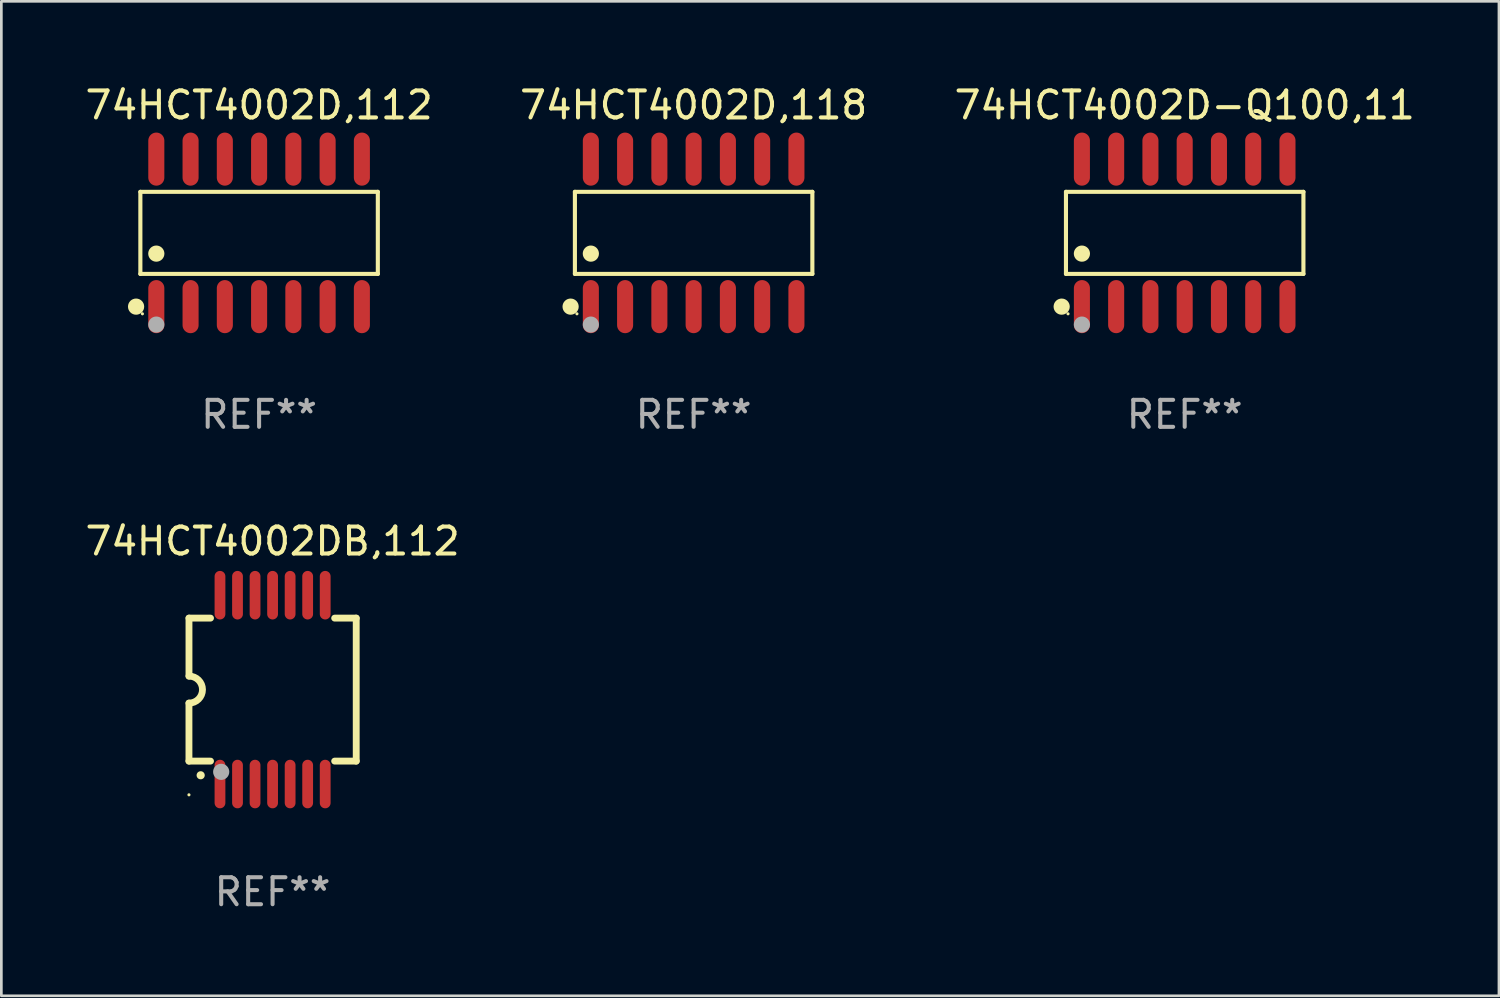
<source format=kicad_pcb>
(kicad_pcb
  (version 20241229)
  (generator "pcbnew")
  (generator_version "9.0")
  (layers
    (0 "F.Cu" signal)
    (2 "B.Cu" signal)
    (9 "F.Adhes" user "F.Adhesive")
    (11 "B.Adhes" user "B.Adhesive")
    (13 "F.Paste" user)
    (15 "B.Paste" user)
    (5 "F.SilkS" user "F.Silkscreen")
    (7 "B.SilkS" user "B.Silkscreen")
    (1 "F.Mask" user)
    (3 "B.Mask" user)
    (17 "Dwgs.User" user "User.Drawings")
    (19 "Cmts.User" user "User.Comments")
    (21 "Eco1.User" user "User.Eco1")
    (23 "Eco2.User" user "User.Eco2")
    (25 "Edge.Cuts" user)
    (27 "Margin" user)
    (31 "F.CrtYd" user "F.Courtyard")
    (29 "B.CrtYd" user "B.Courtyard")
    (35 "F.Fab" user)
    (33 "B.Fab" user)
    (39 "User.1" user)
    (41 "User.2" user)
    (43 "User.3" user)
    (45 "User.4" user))
  (footprint "74HCT4002D,112"
    (layer "F.Cu")
    (at 6.554 5.582)
    (property "Reference" "74HCT4002D,112" (at 0 -4.734 0) (layer "F.SilkS") (effects (font (size 1 1) (thickness 0.15))))
    (attr through_hole)
    (fp_line (start -4.401 -1.521) (end 4.401 -1.521) (stroke (width 0.152) (type solid)) (layer "F.SilkS"))
    (fp_line (start -4.401 1.521) (end -4.401 -1.521) (stroke (width 0.152) (type solid)) (layer "F.SilkS"))
    (fp_line (start 4.401 -1.521) (end 4.401 1.521) (stroke (width 0.152) (type solid)) (layer "F.SilkS"))
    (fp_line (start 4.401 1.521) (end -4.401 1.521) (stroke (width 0.152) (type solid)) (layer "F.SilkS"))
    (fp_circle (center -4.56 2.734) (end -4.41 2.734) (stroke (width 0.3) (type solid)) (fill no) (layer "F.SilkS"))
    (fp_circle (center -4.325 3) (end -4.295 3) (stroke (width 0.06) (type solid)) (fill no) (layer "F.SilkS"))
    (fp_circle (center -3.81 0.769) (end -3.66 0.769) (stroke (width 0.3) (type solid)) (fill no) (layer "F.SilkS"))
    (fp_circle (center -3.81 3.4) (end -3.66 3.4) (stroke (width 0.3) (type solid)) (fill no) (layer "F.Fab"))
    (fp_text user "REF**" (at 0 6.734 0) (layer "F.Fab") (effects (font (size 1 1) (thickness 0.15))))
    (pad "1" smd oval (at -3.81 2.734) (size 0.595 1.968) (layers "F.Cu" "F.Mask" "F.Paste"))
    (pad "2" smd oval (at -2.54 2.734) (size 0.595 1.968) (layers "F.Cu" "F.Mask" "F.Paste"))
    (pad "3" smd oval (at -1.27 2.734) (size 0.595 1.968) (layers "F.Cu" "F.Mask" "F.Paste"))
    (pad "4" smd oval (at 0 2.734) (size 0.595 1.968) (layers "F.Cu" "F.Mask" "F.Paste"))
    (pad "5" smd oval (at 1.27 2.734) (size 0.595 1.968) (layers "F.Cu" "F.Mask" "F.Paste"))
    (pad "6" smd oval (at 2.54 2.734) (size 0.595 1.968) (layers "F.Cu" "F.Mask" "F.Paste"))
    (pad "7" smd oval (at 3.81 2.734) (size 0.595 1.968) (layers "F.Cu" "F.Mask" "F.Paste"))
    (pad "8" smd oval (at 3.81 -2.734) (size 0.595 1.968) (layers "F.Cu" "F.Mask" "F.Paste"))
    (pad "9" smd oval (at 2.54 -2.734) (size 0.595 1.968) (layers "F.Cu" "F.Mask" "F.Paste"))
    (pad "10" smd oval (at 1.27 -2.734) (size 0.595 1.968) (layers "F.Cu" "F.Mask" "F.Paste"))
    (pad "11" smd oval (at 0 -2.734) (size 0.595 1.968) (layers "F.Cu" "F.Mask" "F.Paste"))
    (pad "12" smd oval (at -1.27 -2.734) (size 0.595 1.968) (layers "F.Cu" "F.Mask" "F.Paste"))
    (pad "13" smd oval (at -2.54 -2.734) (size 0.595 1.968) (layers "F.Cu" "F.Mask" "F.Paste"))
    (pad "14" smd oval (at -3.81 -2.734) (size 0.595 1.968) (layers "F.Cu" "F.Mask" "F.Paste")))
  (footprint "74HCT4002DB,112"
    (layer "F.Cu")
    (at 7.054 22.512)
    (property "Reference" "74HCT4002DB,112" (at 0 -5.5 0) (layer "F.SilkS") (effects (font (size 1 1) (thickness 0.15))))
    (attr through_hole)
    (fp_line (start -3.1 2.65) (end -3.1 0.5) (stroke (width 0.254) (type solid)) (layer "F.SilkS"))
    (fp_line (start -3.099 -2.65) (end -2.301 -2.65) (stroke (width 0.254) (type solid)) (layer "F.SilkS"))
    (fp_line (start -3.099 -0.5) (end -3.099 -2.65) (stroke (width 0.254) (type solid)) (layer "F.SilkS"))
    (fp_line (start -2.301 2.65) (end -3.1 2.65) (stroke (width 0.254) (type solid)) (layer "F.SilkS"))
    (fp_line (start 2.301 -2.65) (end 3.1 -2.65) (stroke (width 0.254) (type solid)) (layer "F.SilkS"))
    (fp_line (start 3.1 -2.65) (end 3.1 2.65) (stroke (width 0.254) (type solid)) (layer "F.SilkS"))
    (fp_line (start 3.1 2.65) (end 2.301 2.65) (stroke (width 0.254) (type solid)) (layer "F.SilkS"))
    (fp_arc (start -3.098806 -0.500381) (mid -2.598806 0) (end -3.098806 0.500381) (stroke (width 0.254001) (type solid)) (layer "F.SilkS"))
    (fp_arc (start -2.667005 3.175006) (mid -2.665735 3.175001) (end -2.664465 3.175006) (stroke (width 0.3) (type solid)) (layer "F.SilkS"))
    (fp_circle (center -3.1 3.9) (end -3.07 3.9) (stroke (width 0.06) (type solid)) (fill no) (layer "F.SilkS"))
    (fp_circle (center -1.905 3.048) (end -1.755 3.048) (stroke (width 0.3) (type solid)) (fill no) (layer "F.Fab"))
    (fp_text user "REF**" (at 0 7.5 0) (layer "F.Fab") (effects (font (size 1 1) (thickness 0.15))))
    (pad "1" smd oval (at -1.95 3.5 270) (size 1.8 0.4) (layers "F.Cu" "F.Mask" "F.Paste"))
    (pad "2" smd oval (at -1.3 3.5 270) (size 1.8 0.4) (layers "F.Cu" "F.Mask" "F.Paste"))
    (pad "3" smd oval (at -0.65 3.5 270) (size 1.8 0.4) (layers "F.Cu" "F.Mask" "F.Paste"))
    (pad "4" smd oval (at 0 3.5 270) (size 1.8 0.4) (layers "F.Cu" "F.Mask" "F.Paste"))
    (pad "5" smd oval (at 0.65 3.5 270) (size 1.8 0.4) (layers "F.Cu" "F.Mask" "F.Paste"))
    (pad "6" smd oval (at 1.3 3.5 270) (size 1.8 0.4) (layers "F.Cu" "F.Mask" "F.Paste"))
    (pad "7" smd oval (at 1.95 3.5 270) (size 1.8 0.4) (layers "F.Cu" "F.Mask" "F.Paste"))
    (pad "8" smd oval (at 1.95 -3.5 90) (size 1.8 0.4) (layers "F.Cu" "F.Mask" "F.Paste"))
    (pad "9" smd oval (at 1.3 -3.5 90) (size 1.8 0.4) (layers "F.Cu" "F.Mask" "F.Paste"))
    (pad "10" smd oval (at 0.65 -3.5 90) (size 1.8 0.4) (layers "F.Cu" "F.Mask" "F.Paste"))
    (pad "11" smd oval (at 0 -3.5 90) (size 1.8 0.4) (layers "F.Cu" "F.Mask" "F.Paste"))
    (pad "12" smd oval (at -0.65 -3.5 90) (size 1.8 0.4) (layers "F.Cu" "F.Mask" "F.Paste"))
    (pad "13" smd oval (at -1.3 -3.5 90) (size 1.8 0.4) (layers "F.Cu" "F.Mask" "F.Paste"))
    (pad "14" smd oval (at -1.95 -3.5 90) (size 1.8 0.4) (layers "F.Cu" "F.Mask" "F.Paste")))
  (footprint "74HCT4002D,118"
    (layer "F.Cu")
    (at 22.661 5.582)
    (property "Reference" "74HCT4002D,118" (at 0 -4.734 0) (layer "F.SilkS") (effects (font (size 1 1) (thickness 0.15))))
    (attr through_hole)
    (fp_line (start -4.401 -1.521) (end 4.401 -1.521) (stroke (width 0.152) (type solid)) (layer "F.SilkS"))
    (fp_line (start -4.401 1.521) (end -4.401 -1.521) (stroke (width 0.152) (type solid)) (layer "F.SilkS"))
    (fp_line (start 4.401 -1.521) (end 4.401 1.521) (stroke (width 0.152) (type solid)) (layer "F.SilkS"))
    (fp_line (start 4.401 1.521) (end -4.401 1.521) (stroke (width 0.152) (type solid)) (layer "F.SilkS"))
    (fp_circle (center -4.56 2.734) (end -4.41 2.734) (stroke (width 0.3) (type solid)) (fill no) (layer "F.SilkS"))
    (fp_circle (center -4.325 3) (end -4.295 3) (stroke (width 0.06) (type solid)) (fill no) (layer "F.SilkS"))
    (fp_circle (center -3.81 0.769) (end -3.66 0.769) (stroke (width 0.3) (type solid)) (fill no) (layer "F.SilkS"))
    (fp_circle (center -3.81 3.4) (end -3.66 3.4) (stroke (width 0.3) (type solid)) (fill no) (layer "F.Fab"))
    (fp_text user "REF**" (at 0 6.734 0) (layer "F.Fab") (effects (font (size 1 1) (thickness 0.15))))
    (pad "1" smd oval (at -3.81 2.734) (size 0.595 1.968) (layers "F.Cu" "F.Mask" "F.Paste"))
    (pad "2" smd oval (at -2.54 2.734) (size 0.595 1.968) (layers "F.Cu" "F.Mask" "F.Paste"))
    (pad "3" smd oval (at -1.27 2.734) (size 0.595 1.968) (layers "F.Cu" "F.Mask" "F.Paste"))
    (pad "4" smd oval (at 0 2.734) (size 0.595 1.968) (layers "F.Cu" "F.Mask" "F.Paste"))
    (pad "5" smd oval (at 1.27 2.734) (size 0.595 1.968) (layers "F.Cu" "F.Mask" "F.Paste"))
    (pad "6" smd oval (at 2.54 2.734) (size 0.595 1.968) (layers "F.Cu" "F.Mask" "F.Paste"))
    (pad "7" smd oval (at 3.81 2.734) (size 0.595 1.968) (layers "F.Cu" "F.Mask" "F.Paste"))
    (pad "8" smd oval (at 3.81 -2.734) (size 0.595 1.968) (layers "F.Cu" "F.Mask" "F.Paste"))
    (pad "9" smd oval (at 2.54 -2.734) (size 0.595 1.968) (layers "F.Cu" "F.Mask" "F.Paste"))
    (pad "10" smd oval (at 1.27 -2.734) (size 0.595 1.968) (layers "F.Cu" "F.Mask" "F.Paste"))
    (pad "11" smd oval (at 0 -2.734) (size 0.595 1.968) (layers "F.Cu" "F.Mask" "F.Paste"))
    (pad "12" smd oval (at -1.27 -2.734) (size 0.595 1.968) (layers "F.Cu" "F.Mask" "F.Paste"))
    (pad "13" smd oval (at -2.54 -2.734) (size 0.595 1.968) (layers "F.Cu" "F.Mask" "F.Paste"))
    (pad "14" smd oval (at -3.81 -2.734) (size 0.595 1.968) (layers "F.Cu" "F.Mask" "F.Paste")))
  (footprint "74HCT4002D-Q100,11"
    (layer "F.Cu")
    (at 40.863 5.582)
    (property "Reference" "74HCT4002D-Q100,11" (at 0 -4.734 0) (layer "F.SilkS") (effects (font (size 1 1) (thickness 0.15))))
    (attr through_hole)
    (fp_line (start -4.401 -1.521) (end 4.401 -1.521) (stroke (width 0.152) (type solid)) (layer "F.SilkS"))
    (fp_line (start -4.401 1.521) (end -4.401 -1.521) (stroke (width 0.152) (type solid)) (layer "F.SilkS"))
    (fp_line (start 4.401 -1.521) (end 4.401 1.521) (stroke (width 0.152) (type solid)) (layer "F.SilkS"))
    (fp_line (start 4.401 1.521) (end -4.401 1.521) (stroke (width 0.152) (type solid)) (layer "F.SilkS"))
    (fp_circle (center -4.56 2.734) (end -4.41 2.734) (stroke (width 0.3) (type solid)) (fill no) (layer "F.SilkS"))
    (fp_circle (center -4.325 3) (end -4.295 3) (stroke (width 0.06) (type solid)) (fill no) (layer "F.SilkS"))
    (fp_circle (center -3.81 0.769) (end -3.66 0.769) (stroke (width 0.3) (type solid)) (fill no) (layer "F.SilkS"))
    (fp_circle (center -3.81 3.4) (end -3.66 3.4) (stroke (width 0.3) (type solid)) (fill no) (layer "F.Fab"))
    (fp_text user "REF**" (at 0 6.734 0) (layer "F.Fab") (effects (font (size 1 1) (thickness 0.15))))
    (pad "1" smd oval (at -3.81 2.734) (size 0.595 1.968) (layers "F.Cu" "F.Mask" "F.Paste"))
    (pad "2" smd oval (at -2.54 2.734) (size 0.595 1.968) (layers "F.Cu" "F.Mask" "F.Paste"))
    (pad "3" smd oval (at -1.27 2.734) (size 0.595 1.968) (layers "F.Cu" "F.Mask" "F.Paste"))
    (pad "4" smd oval (at 0 2.734) (size 0.595 1.968) (layers "F.Cu" "F.Mask" "F.Paste"))
    (pad "5" smd oval (at 1.27 2.734) (size 0.595 1.968) (layers "F.Cu" "F.Mask" "F.Paste"))
    (pad "6" smd oval (at 2.54 2.734) (size 0.595 1.968) (layers "F.Cu" "F.Mask" "F.Paste"))
    (pad "7" smd oval (at 3.81 2.734) (size 0.595 1.968) (layers "F.Cu" "F.Mask" "F.Paste"))
    (pad "8" smd oval (at 3.81 -2.734) (size 0.595 1.968) (layers "F.Cu" "F.Mask" "F.Paste"))
    (pad "9" smd oval (at 2.54 -2.734) (size 0.595 1.968) (layers "F.Cu" "F.Mask" "F.Paste"))
    (pad "10" smd oval (at 1.27 -2.734) (size 0.595 1.968) (layers "F.Cu" "F.Mask" "F.Paste"))
    (pad "11" smd oval (at 0 -2.734) (size 0.595 1.968) (layers "F.Cu" "F.Mask" "F.Paste"))
    (pad "12" smd oval (at -1.27 -2.734) (size 0.595 1.968) (layers "F.Cu" "F.Mask" "F.Paste"))
    (pad "13" smd oval (at -2.54 -2.734) (size 0.595 1.968) (layers "F.Cu" "F.Mask" "F.Paste"))
    (pad "14" smd oval (at -3.81 -2.734) (size 0.595 1.968) (layers "F.Cu" "F.Mask" "F.Paste")))
  (gr_rect
    (start -3 -3)
    (end 52.512 33.861)
    (stroke (width 0.1) (type default))
    (fill no)
    (layer "Edge.Cuts")))
</source>
